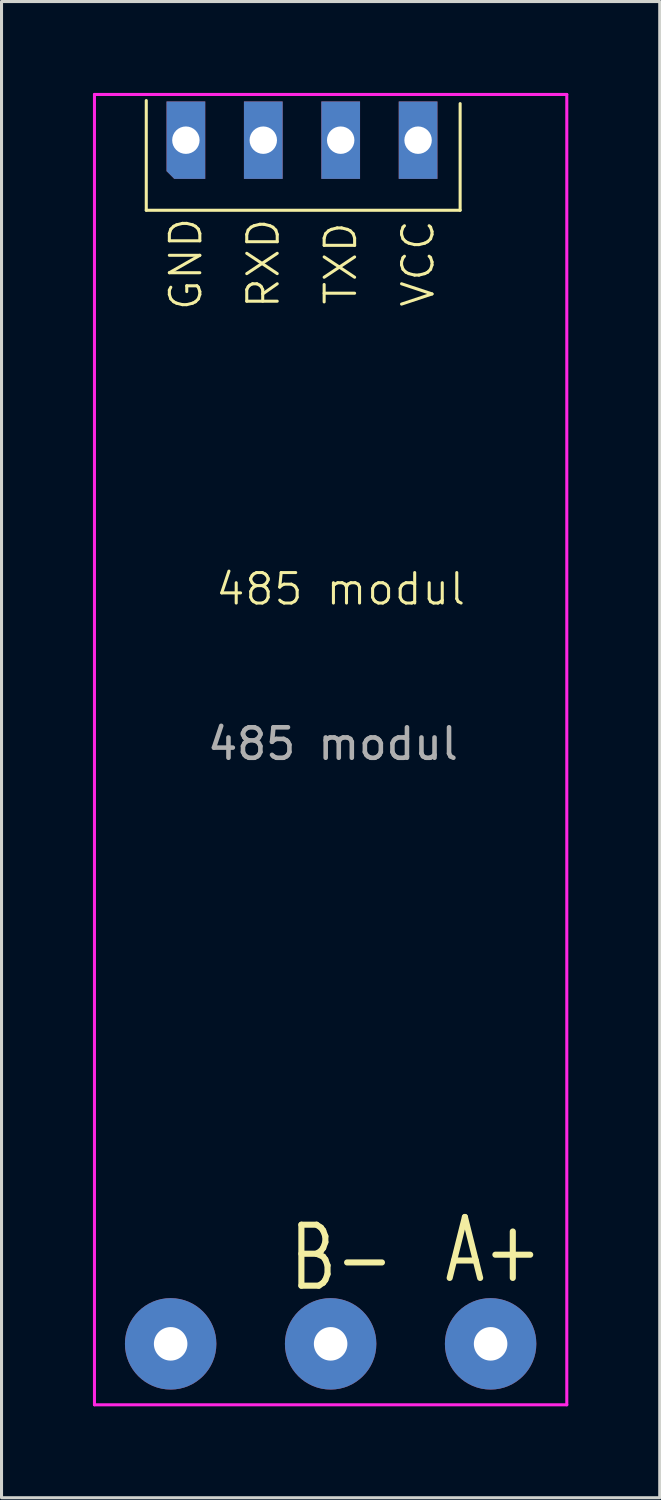
<source format=kicad_pcb>
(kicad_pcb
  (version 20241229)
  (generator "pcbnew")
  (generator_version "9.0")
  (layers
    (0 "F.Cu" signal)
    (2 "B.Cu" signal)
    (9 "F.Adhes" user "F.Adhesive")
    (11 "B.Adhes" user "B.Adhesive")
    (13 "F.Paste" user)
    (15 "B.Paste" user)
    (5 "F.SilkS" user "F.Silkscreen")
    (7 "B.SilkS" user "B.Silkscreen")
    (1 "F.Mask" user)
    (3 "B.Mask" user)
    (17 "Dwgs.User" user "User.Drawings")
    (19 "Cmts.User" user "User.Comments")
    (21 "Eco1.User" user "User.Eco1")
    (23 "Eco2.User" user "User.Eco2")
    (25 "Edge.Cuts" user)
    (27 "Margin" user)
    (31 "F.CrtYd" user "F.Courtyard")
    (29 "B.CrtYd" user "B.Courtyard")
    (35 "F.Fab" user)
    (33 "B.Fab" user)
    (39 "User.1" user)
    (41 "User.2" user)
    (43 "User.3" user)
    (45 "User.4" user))
  (footprint "485 modul"
    (layer "F.Cu")
    (at 3.05 1.55)
    (property "Reference" "485 modul" (at 5.08 14.732 0) (unlocked yes) (layer "F.SilkS") (effects (font (size 1 1) (thickness 0.1))))
    (attr through_hole)
    (fp_line (start -1.3 -1.3) (end -1.3 2.3) (stroke (width 0.1) (type default)) (layer "F.SilkS"))
    (fp_line (start -1.3 2.3) (end 9 2.3) (stroke (width 0.1) (type default)) (layer "F.SilkS"))
    (fp_line (start 9 2.3) (end 9 -1.2) (stroke (width 0.1) (type default)) (layer "F.SilkS"))
    (fp_line (start -3 -1.5) (end -3 41.5) (stroke (width 0.1) (type solid)) (layer "F.CrtYd"))
    (fp_line (start -3 -1.5) (end 12.5 -1.5) (stroke (width 0.1) (type solid)) (layer "F.CrtYd"))
    (fp_line (start -3 41.5) (end 12.5 41.5) (stroke (width 0.1) (type default)) (layer "F.CrtYd"))
    (fp_line (start 12.5 41.5) (end 12.5 -1.5) (stroke (width 0.1) (type default)) (layer "F.CrtYd"))
    (fp_text user "A+" (at 8.382 37.592 0) (unlocked yes) (layer "F.SilkS") (effects (font (size 2 1.5) (thickness 0.2) (bold yes)) (justify left bottom)))
    (fp_text user "RXD" (at 2.54 4.046 90) (unlocked yes) (layer "F.SilkS") (effects (font (size 1 1) (thickness 0.1))))
    (fp_text user "B-" (at 3.302 37.846 0) (unlocked yes) (layer "F.SilkS") (effects (font (size 2 1.5) (thickness 0.2) (bold yes)) (justify left bottom)))
    (fp_text user "TXD" (at 5.08 4.046 90) (unlocked yes) (layer "F.SilkS") (effects (font (size 1 1) (thickness 0.1))))
    (fp_text user "GND" (at 0 4.064 90) (unlocked yes) (layer "F.SilkS") (effects (font (size 1 1) (thickness 0.1))))
    (fp_text user "VCC" (at 7.62 4.046 90) (unlocked yes) (layer "F.SilkS") (effects (font (size 1 1) (thickness 0.1))))
    (fp_text user "${REFERENCE}" (at 4.826 19.812 0) (unlocked yes) (layer "F.Fab") (effects (font (size 1 1) (thickness 0.15))))
    (pad "1" thru_hole roundrect (at 0 0 90) (size 2.54 1.27) (drill 0.9) (layers "*.Cu" "*.Mask") (roundrect_rratio 0) (chamfer_ratio 0.2) (chamfer top_left))
    (pad "2" thru_hole rect (at 2.54 0 90) (size 2.54 1.27) (drill 0.9) (layers "*.Cu" "*.Mask"))
    (pad "3" thru_hole rect (at 5.08 0 90) (size 2.54 1.27) (drill 0.9) (layers "*.Cu" "*.Mask"))
    (pad "4" thru_hole rect (at 7.62 0 90) (size 2.54 1.27) (drill 0.9) (layers "*.Cu" "*.Mask"))
    (pad "5" thru_hole circle (at -0.5 39.5 90) (size 3 3) (drill 1.1) (layers "*.Cu" "*.Mask"))
    (pad "6" thru_hole circle (at 4.75 39.5 90) (size 3 3) (drill 1.1) (layers "*.Cu" "*.Mask"))
    (pad "7" thru_hole circle (at 10 39.5 90) (size 3 3) (drill 1.1) (layers "*.Cu" "*.Mask")))
  (gr_rect
    (start -3 -3)
    (end 18.6 46.1)
    (stroke (width 0.1) (type default))
    (fill no)
    (layer "Edge.Cuts")))
</source>
